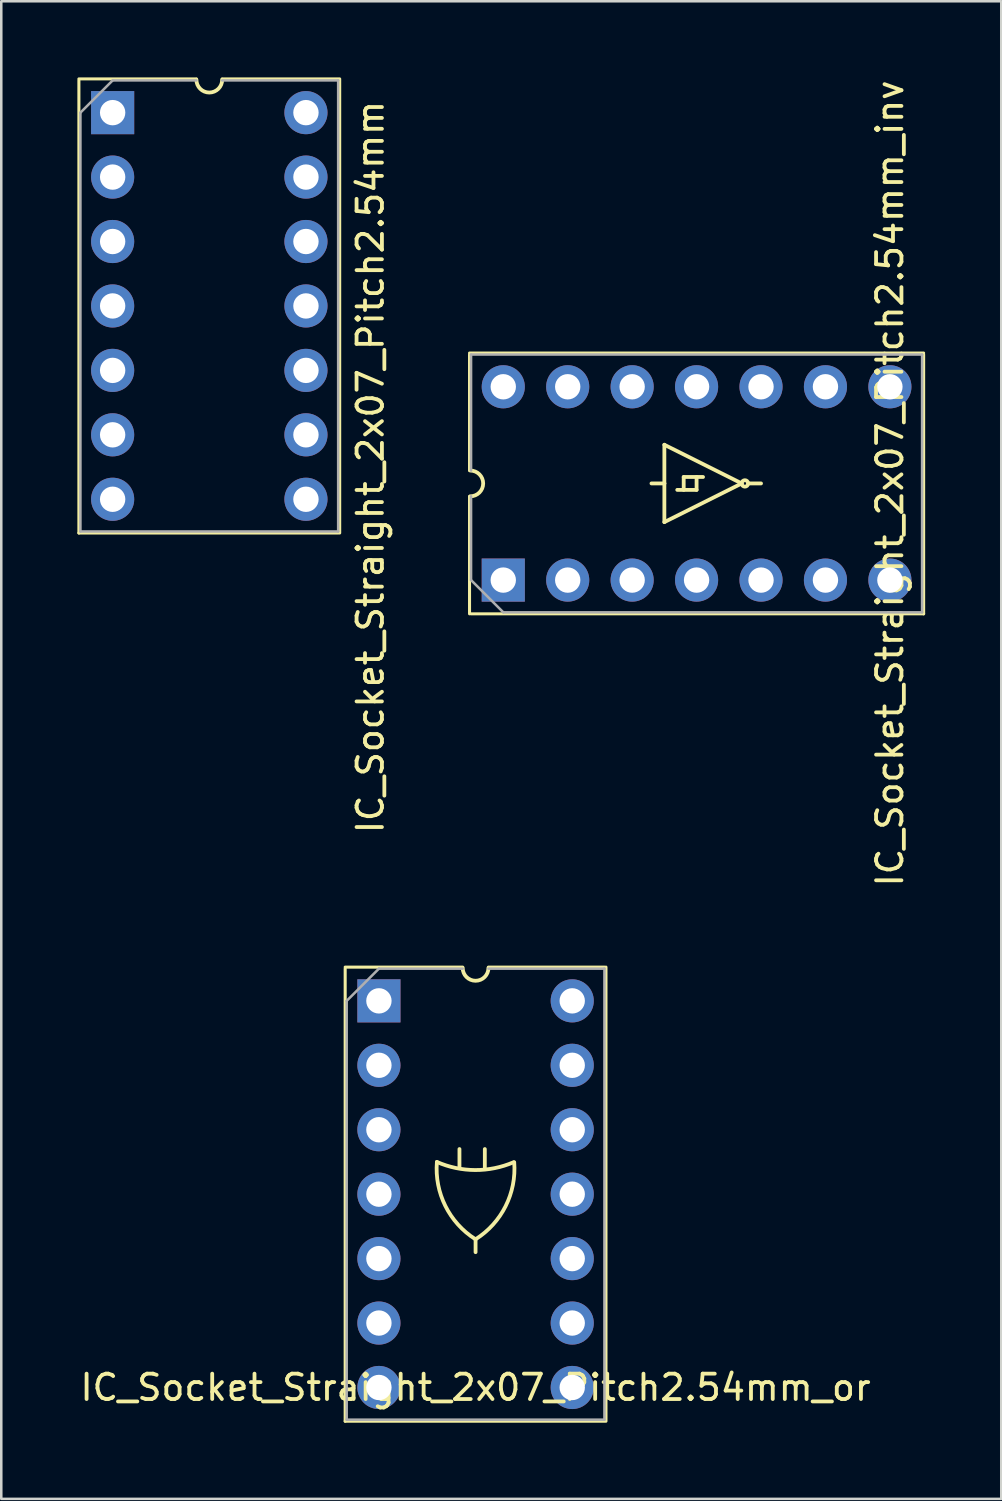
<source format=kicad_pcb>
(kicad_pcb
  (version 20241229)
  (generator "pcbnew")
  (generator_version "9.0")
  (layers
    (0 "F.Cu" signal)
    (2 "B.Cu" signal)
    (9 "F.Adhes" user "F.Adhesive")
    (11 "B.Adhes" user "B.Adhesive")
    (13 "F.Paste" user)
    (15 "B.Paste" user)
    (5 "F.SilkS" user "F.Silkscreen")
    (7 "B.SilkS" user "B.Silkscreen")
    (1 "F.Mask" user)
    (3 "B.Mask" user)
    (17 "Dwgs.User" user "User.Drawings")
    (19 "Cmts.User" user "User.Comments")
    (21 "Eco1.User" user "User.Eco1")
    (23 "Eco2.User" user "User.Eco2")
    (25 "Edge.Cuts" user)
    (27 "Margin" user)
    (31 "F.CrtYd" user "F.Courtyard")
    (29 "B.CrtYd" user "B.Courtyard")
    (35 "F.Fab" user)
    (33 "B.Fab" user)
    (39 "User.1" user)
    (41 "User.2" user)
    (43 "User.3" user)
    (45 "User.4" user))
  (footprint "IC_Socket_Straight_2x07_Pitch2.54mm_or"
    (layer "F.Cu")
    (at 11.886 36.402)
    (property "Reference" "IC_Socket_Straight_2x07_Pitch2.54mm_or" (at 3.81 15.24 180) (layer "F.SilkS") (effects (font (size 1 1) (thickness 0.15))))
    (attr through_hole)
    (fp_line (start -1.33 -1.33) (end 3.302 -1.33) (stroke (width 0.12) (type solid)) (layer "F.SilkS"))
    (fp_line (start -1.33 -1.27) (end -1.33 16.57) (stroke (width 0.12) (type solid)) (layer "F.SilkS"))
    (fp_line (start -1.33 16.57) (end 8.89 16.57) (stroke (width 0.12) (type solid)) (layer "F.SilkS"))
    (fp_line (start 3.175 6.57) (end 3.175 5.842) (stroke (width 0.15) (type solid)) (layer "F.SilkS"))
    (fp_line (start 3.81 9.398) (end 3.81 9.906) (stroke (width 0.15) (type solid)) (layer "F.SilkS"))
    (fp_line (start 4.175 6.57) (end 4.175 5.842) (stroke (width 0.15) (type solid)) (layer "F.SilkS"))
    (fp_line (start 4.318 -1.33) (end 8.89 -1.33) (stroke (width 0.12) (type solid)) (layer "F.SilkS"))
    (fp_line (start 8.95 -1.33) (end 8.95 16.57) (stroke (width 0.12) (type solid)) (layer "F.SilkS"))
    (fp_arc (start 3.799052 9.393271) (mid 2.618394 8.082506) (end 2.286001 6.350001) (stroke (width 0.15) (type solid)) (layer "F.SilkS"))
    (fp_arc (start 4.318 -1.3) (mid 3.81 -0.792) (end 3.302 -1.3) (stroke (width 0.15) (type solid)) (layer "F.SilkS"))
    (fp_arc (start 5.306529 6.3619) (mid 3.795031 6.669045) (end 2.286001 6.349999) (stroke (width 0.15) (type solid)) (layer "F.SilkS"))
    (fp_arc (start 5.33293 6.359801) (mid 4.995152 8.091278) (end 3.809999 9.397999) (stroke (width 0.15) (type solid)) (layer "F.SilkS"))
    (fp_line (start -1.27 0) (end 0 -1.27) (stroke (width 0.1) (type solid)) (layer "F.Fab"))
    (fp_line (start -1.27 16.51) (end -1.27 0) (stroke (width 0.1) (type solid)) (layer "F.Fab"))
    (fp_line (start 0 -1.27) (end 3.302 -1.27) (stroke (width 0.1) (type solid)) (layer "F.Fab"))
    (fp_line (start 4.318 -1.27) (end 8.89 -1.27) (stroke (width 0.1) (type solid)) (layer "F.Fab"))
    (fp_line (start 8.89 -1.27) (end 8.89 16.51) (stroke (width 0.1) (type solid)) (layer "F.Fab"))
    (fp_line (start 8.89 16.51) (end -1.27 16.51) (stroke (width 0.1) (type solid)) (layer "F.Fab"))
    (pad "1" thru_hole rect (at 0 0) (size 1.7 1.7) (drill 1) (layers "*.Cu" "*.Mask"))
    (pad "2" thru_hole oval (at 0 2.54) (size 1.7 1.7) (drill 1) (layers "*.Cu" "*.Mask"))
    (pad "3" thru_hole oval (at 0 5.08) (size 1.7 1.7) (drill 1) (layers "*.Cu" "*.Mask"))
    (pad "4" thru_hole oval (at 0 7.62) (size 1.7 1.7) (drill 1) (layers "*.Cu" "*.Mask"))
    (pad "5" thru_hole oval (at 0 10.16) (size 1.7 1.7) (drill 1) (layers "*.Cu" "*.Mask"))
    (pad "6" thru_hole oval (at 0 12.7) (size 1.7 1.7) (drill 1) (layers "*.Cu" "*.Mask"))
    (pad "7" thru_hole oval (at 0 15.24) (size 1.7 1.7) (drill 1) (layers "*.Cu" "*.Mask"))
    (pad "8" thru_hole oval (at 7.62 15.24) (size 1.7 1.7) (drill 1) (layers "*.Cu" "*.Mask"))
    (pad "9" thru_hole oval (at 7.62 12.7) (size 1.7 1.7) (drill 1) (layers "*.Cu" "*.Mask"))
    (pad "10" thru_hole oval (at 7.62 10.16) (size 1.7 1.7) (drill 1) (layers "*.Cu" "*.Mask"))
    (pad "11" thru_hole oval (at 7.62 7.62) (size 1.7 1.7) (drill 1) (layers "*.Cu" "*.Mask"))
    (pad "12" thru_hole oval (at 7.62 5.08) (size 1.7 1.7) (drill 1) (layers "*.Cu" "*.Mask"))
    (pad "13" thru_hole oval (at 7.62 2.54) (size 1.7 1.7) (drill 1) (layers "*.Cu" "*.Mask"))
    (pad "14" thru_hole oval (at 7.62 0) (size 1.7 1.7) (drill 1) (layers "*.Cu" "*.Mask")))
  (footprint "IC_Socket_Straight_2x07_Pitch2.54mm"
    (layer "F.Cu")
    (at 1.39 1.39)
    (property "Reference" "IC_Socket_Straight_2x07_Pitch2.54mm" (at 10.16 13.97 90) (layer "F.SilkS") (effects (font (size 1 1) (thickness 0.15))))
    (attr through_hole)
    (fp_line (start -1.33 -1.33) (end 3.302 -1.33) (stroke (width 0.12) (type solid)) (layer "F.SilkS"))
    (fp_line (start -1.33 -1.27) (end -1.33 16.57) (stroke (width 0.12) (type solid)) (layer "F.SilkS"))
    (fp_line (start -1.33 16.57) (end 8.89 16.57) (stroke (width 0.12) (type solid)) (layer "F.SilkS"))
    (fp_line (start 4.318 -1.33) (end 8.89 -1.33) (stroke (width 0.12) (type solid)) (layer "F.SilkS"))
    (fp_line (start 8.95 -1.33) (end 8.95 16.57) (stroke (width 0.12) (type solid)) (layer "F.SilkS"))
    (fp_arc (start 4.318 -1.3) (mid 3.81 -0.792) (end 3.302 -1.3) (stroke (width 0.15) (type solid)) (layer "F.SilkS"))
    (fp_line (start -1.27 0) (end 0 -1.27) (stroke (width 0.1) (type solid)) (layer "F.Fab"))
    (fp_line (start -1.27 16.51) (end -1.27 0) (stroke (width 0.1) (type solid)) (layer "F.Fab"))
    (fp_line (start 0 -1.27) (end 3.302 -1.27) (stroke (width 0.1) (type solid)) (layer "F.Fab"))
    (fp_line (start 4.318 -1.27) (end 8.89 -1.27) (stroke (width 0.1) (type solid)) (layer "F.Fab"))
    (fp_line (start 8.89 -1.27) (end 8.89 16.51) (stroke (width 0.1) (type solid)) (layer "F.Fab"))
    (fp_line (start 8.89 16.51) (end -1.27 16.51) (stroke (width 0.1) (type solid)) (layer "F.Fab"))
    (pad "1" thru_hole rect (at 0 0) (size 1.7 1.7) (drill 1) (layers "*.Cu" "*.Mask"))
    (pad "2" thru_hole oval (at 0 2.54) (size 1.7 1.7) (drill 1) (layers "*.Cu" "*.Mask"))
    (pad "3" thru_hole oval (at 0 5.08) (size 1.7 1.7) (drill 1) (layers "*.Cu" "*.Mask"))
    (pad "4" thru_hole oval (at 0 7.62) (size 1.7 1.7) (drill 1) (layers "*.Cu" "*.Mask"))
    (pad "5" thru_hole oval (at 0 10.16) (size 1.7 1.7) (drill 1) (layers "*.Cu" "*.Mask"))
    (pad "6" thru_hole oval (at 0 12.7) (size 1.7 1.7) (drill 1) (layers "*.Cu" "*.Mask"))
    (pad "7" thru_hole oval (at 0 15.24) (size 1.7 1.7) (drill 1) (layers "*.Cu" "*.Mask"))
    (pad "8" thru_hole oval (at 7.62 15.24) (size 1.7 1.7) (drill 1) (layers "*.Cu" "*.Mask"))
    (pad "9" thru_hole oval (at 7.62 12.7) (size 1.7 1.7) (drill 1) (layers "*.Cu" "*.Mask"))
    (pad "10" thru_hole oval (at 7.62 10.16) (size 1.7 1.7) (drill 1) (layers "*.Cu" "*.Mask"))
    (pad "11" thru_hole oval (at 7.62 7.62) (size 1.7 1.7) (drill 1) (layers "*.Cu" "*.Mask"))
    (pad "12" thru_hole oval (at 7.62 5.08) (size 1.7 1.7) (drill 1) (layers "*.Cu" "*.Mask"))
    (pad "13" thru_hole oval (at 7.62 2.54) (size 1.7 1.7) (drill 1) (layers "*.Cu" "*.Mask"))
    (pad "14" thru_hole oval (at 7.62 0) (size 1.7 1.7) (drill 1) (layers "*.Cu" "*.Mask")))
  (footprint "IC_Socket_Straight_2x07_Pitch2.54mm_inv"
    (layer "F.Cu")
    (at 16.788 19.816)
    (property "Reference" "IC_Socket_Straight_2x07_Pitch2.54mm_inv" (at 15.24 -3.81 270) (layer "F.SilkS") (effects (font (size 1 1) (thickness 0.15))))
    (attr through_hole)
    (fp_line (start -1.33 -8.95) (end 16.57 -8.95) (stroke (width 0.12) (type solid)) (layer "F.SilkS"))
    (fp_line (start -1.33 -4.318) (end -1.33 -8.89) (stroke (width 0.12) (type solid)) (layer "F.SilkS"))
    (fp_line (start -1.33 1.33) (end -1.33 -3.302) (stroke (width 0.12) (type solid)) (layer "F.SilkS"))
    (fp_line (start -1.27 1.33) (end 16.57 1.33) (stroke (width 0.12) (type solid)) (layer "F.SilkS"))
    (fp_line (start 6.35 -3.81) (end 5.842 -3.81) (stroke (width 0.15) (type solid)) (layer "F.SilkS"))
    (fp_line (start 6.35 -3.81) (end 6.35 -5.334) (stroke (width 0.15) (type solid)) (layer "F.SilkS"))
    (fp_line (start 6.35 -3.81) (end 6.35 -2.286) (stroke (width 0.15) (type solid)) (layer "F.SilkS"))
    (fp_line (start 7.112 -4.064) (end 7.112 -3.556) (stroke (width 0.15) (type solid)) (layer "F.SilkS"))
    (fp_line (start 7.112 -4.064) (end 7.874 -4.064) (stroke (width 0.15) (type solid)) (layer "F.SilkS"))
    (fp_line (start 7.62 -4.064) (end 7.62 -3.556) (stroke (width 0.15) (type solid)) (layer "F.SilkS"))
    (fp_line (start 7.62 -3.556) (end 6.858 -3.556) (stroke (width 0.15) (type solid)) (layer "F.SilkS"))
    (fp_line (start 9.398 -3.81) (end 6.35 -5.334) (stroke (width 0.15) (type solid)) (layer "F.SilkS"))
    (fp_line (start 9.398 -3.81) (end 6.35 -2.286) (stroke (width 0.15) (type solid)) (layer "F.SilkS"))
    (fp_line (start 9.652 -3.81) (end 10.16 -3.81) (stroke (width 0.15) (type solid)) (layer "F.SilkS"))
    (fp_line (start 16.57 1.33) (end 16.57 -8.89) (stroke (width 0.12) (type solid)) (layer "F.SilkS"))
    (fp_arc (start -1.3 -4.318) (mid -0.792 -3.81) (end -1.3 -3.302) (stroke (width 0.15) (type solid)) (layer "F.SilkS"))
    (fp_circle (center 9.525 -3.81) (end 9.525 -3.683) (stroke (width 0.15) (type solid)) (fill no) (layer "F.SilkS"))
    (fp_line (start -1.27 -8.89) (end 16.51 -8.89) (stroke (width 0.1) (type solid)) (layer "F.Fab"))
    (fp_line (start -1.27 -4.318) (end -1.27 -8.89) (stroke (width 0.1) (type solid)) (layer "F.Fab"))
    (fp_line (start -1.27 0) (end -1.27 -3.302) (stroke (width 0.1) (type solid)) (layer "F.Fab"))
    (fp_line (start 0 1.27) (end -1.27 0) (stroke (width 0.1) (type solid)) (layer "F.Fab"))
    (fp_line (start 16.51 -8.89) (end 16.51 1.27) (stroke (width 0.1) (type solid)) (layer "F.Fab"))
    (fp_line (start 16.51 1.27) (end 0 1.27) (stroke (width 0.1) (type solid)) (layer "F.Fab"))
    (pad "1" thru_hole rect (at 0 0 90) (size 1.7 1.7) (drill 1) (layers "*.Cu" "*.Mask"))
    (pad "2" thru_hole oval (at 2.54 0 90) (size 1.7 1.7) (drill 1) (layers "*.Cu" "*.Mask"))
    (pad "3" thru_hole oval (at 5.08 0 90) (size 1.7 1.7) (drill 1) (layers "*.Cu" "*.Mask"))
    (pad "4" thru_hole oval (at 7.62 0 90) (size 1.7 1.7) (drill 1) (layers "*.Cu" "*.Mask"))
    (pad "5" thru_hole oval (at 10.16 0 90) (size 1.7 1.7) (drill 1) (layers "*.Cu" "*.Mask"))
    (pad "6" thru_hole oval (at 12.7 0 90) (size 1.7 1.7) (drill 1) (layers "*.Cu" "*.Mask"))
    (pad "7" thru_hole oval (at 15.24 0 90) (size 1.7 1.7) (drill 1) (layers "*.Cu" "*.Mask"))
    (pad "8" thru_hole oval (at 15.24 -7.62 90) (size 1.7 1.7) (drill 1) (layers "*.Cu" "*.Mask"))
    (pad "9" thru_hole oval (at 12.7 -7.62 90) (size 1.7 1.7) (drill 1) (layers "*.Cu" "*.Mask"))
    (pad "10" thru_hole oval (at 10.16 -7.62 90) (size 1.7 1.7) (drill 1) (layers "*.Cu" "*.Mask"))
    (pad "11" thru_hole oval (at 7.62 -7.62 90) (size 1.7 1.7) (drill 1) (layers "*.Cu" "*.Mask"))
    (pad "12" thru_hole oval (at 5.08 -7.62 90) (size 1.7 1.7) (drill 1) (layers "*.Cu" "*.Mask"))
    (pad "13" thru_hole oval (at 2.54 -7.62 90) (size 1.7 1.7) (drill 1) (layers "*.Cu" "*.Mask"))
    (pad "14" thru_hole oval (at 0 -7.62 90) (size 1.7 1.7) (drill 1) (layers "*.Cu" "*.Mask")))
  (gr_rect
    (start -3 -3)
    (end 36.418 56.032)
    (stroke (width 0.1) (type default))
    (fill no)
    (layer "Edge.Cuts")))
</source>
